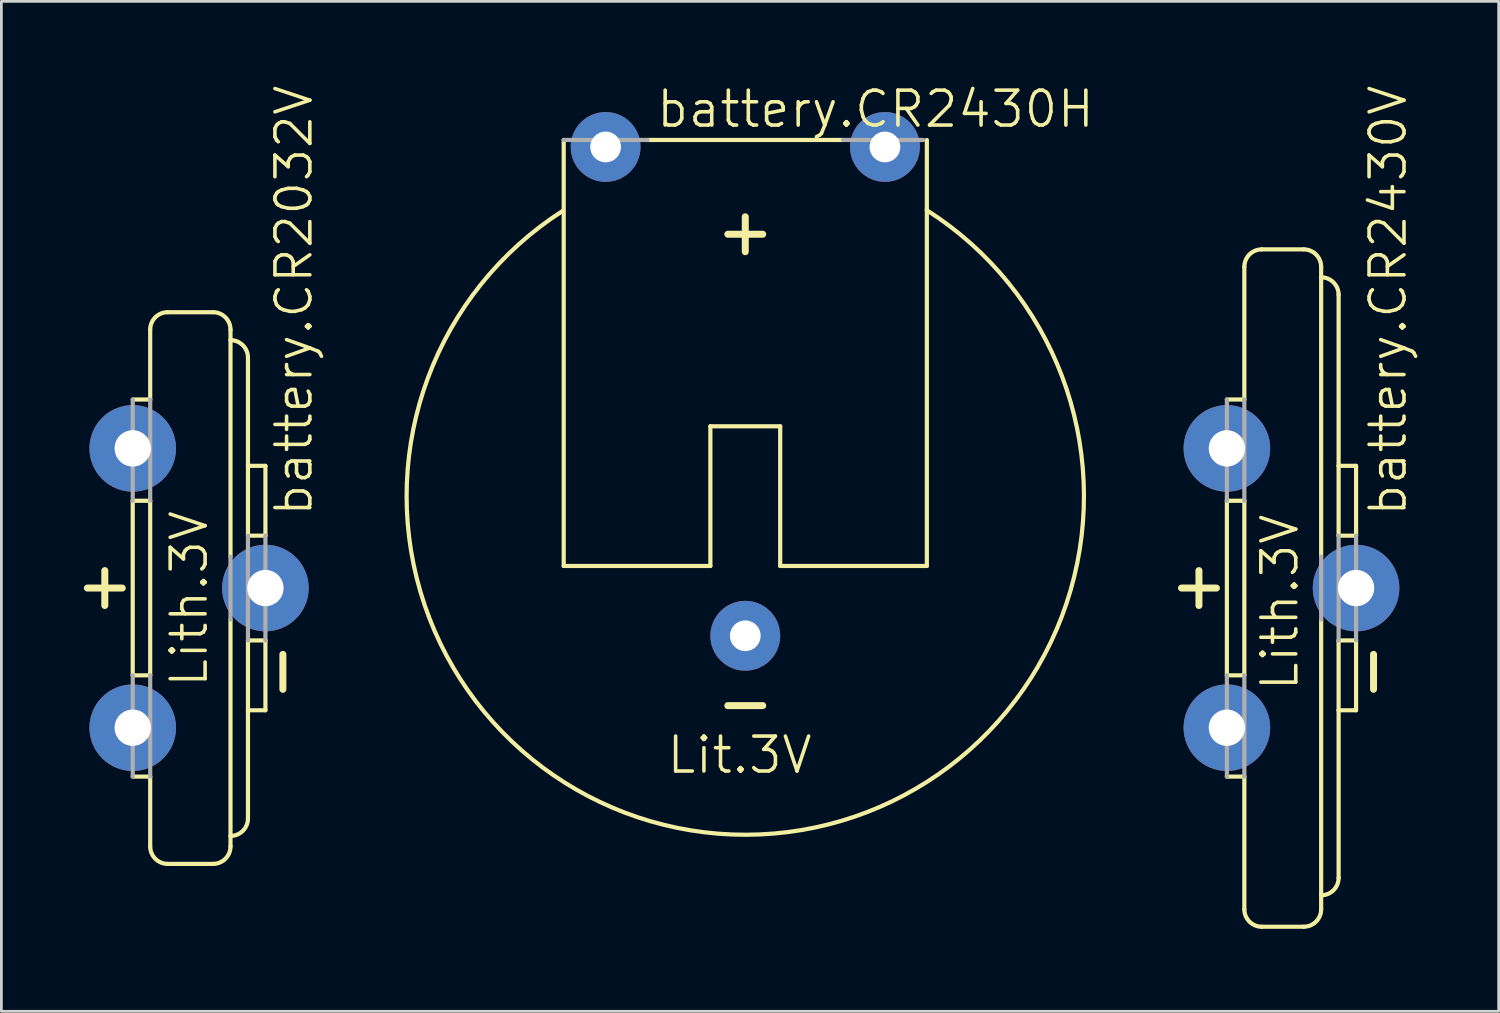
<source format=kicad_pcb>
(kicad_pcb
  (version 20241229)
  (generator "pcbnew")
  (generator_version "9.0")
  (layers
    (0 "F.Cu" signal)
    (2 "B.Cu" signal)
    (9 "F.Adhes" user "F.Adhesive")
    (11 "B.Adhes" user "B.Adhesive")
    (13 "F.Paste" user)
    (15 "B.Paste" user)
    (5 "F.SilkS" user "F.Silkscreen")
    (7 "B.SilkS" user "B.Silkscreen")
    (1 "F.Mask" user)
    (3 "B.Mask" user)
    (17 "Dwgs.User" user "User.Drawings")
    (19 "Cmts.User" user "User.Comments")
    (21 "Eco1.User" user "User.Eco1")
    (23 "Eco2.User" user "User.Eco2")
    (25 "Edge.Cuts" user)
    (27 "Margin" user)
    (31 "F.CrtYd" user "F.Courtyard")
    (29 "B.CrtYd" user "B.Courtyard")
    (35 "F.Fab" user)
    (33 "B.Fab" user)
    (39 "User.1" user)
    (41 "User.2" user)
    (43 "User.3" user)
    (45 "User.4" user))
  (footprint "battery.CR2430V"
    (layer "F.Cu")
    (at 44.115 18.339)
    (property "Reference" "battery.CR2430V" (at 4.064 -2.54 90) (layer "F.SilkS") (effects (font (size 1.27 1.27) (thickness 0.13)) (justify left bottom)))
    (attr through_hole)
    (fp_line (start -4.191 0) (end -2.921 0) (stroke (width 0.254) (type default)) (layer "F.SilkS"))
    (fp_line (start -3.556 -0.635) (end -3.556 0.635) (stroke (width 0.254) (type default)) (layer "F.SilkS"))
    (fp_line (start -2.54 3.175) (end -2.54 -3.175) (stroke (width 0.152) (type default)) (layer "F.SilkS"))
    (fp_line (start -1.905 -6.858) (end -2.54 -6.858) (stroke (width 0.152) (type default)) (layer "F.SilkS"))
    (fp_line (start -1.905 -6.858) (end -1.905 -11.684) (stroke (width 0.152) (type default)) (layer "F.SilkS"))
    (fp_line (start -1.905 -3.175) (end -2.54 -3.175) (stroke (width 0.152) (type default)) (layer "F.SilkS"))
    (fp_line (start -1.905 3.175) (end -2.54 3.175) (stroke (width 0.152) (type default)) (layer "F.SilkS"))
    (fp_line (start -1.905 3.175) (end -1.905 -3.175) (stroke (width 0.152) (type default)) (layer "F.SilkS"))
    (fp_line (start -1.905 6.858) (end -2.54 6.858) (stroke (width 0.152) (type default)) (layer "F.SilkS"))
    (fp_line (start -1.905 11.684) (end -1.905 6.858) (stroke (width 0.152) (type default)) (layer "F.SilkS"))
    (fp_line (start -1.27 -12.319) (end 0.254 -12.319) (stroke (width 0.152) (type default)) (layer "F.SilkS"))
    (fp_line (start -1.27 12.319) (end 0.254 12.319) (stroke (width 0.152) (type default)) (layer "F.SilkS"))
    (fp_line (start 0.889 -1.143) (end 0.889 -11.684) (stroke (width 0.152) (type default)) (layer "F.SilkS"))
    (fp_line (start 0.889 11.684) (end 0.889 1.143) (stroke (width 0.152) (type default)) (layer "F.SilkS"))
    (fp_line (start 1.524 -4.445) (end 1.524 -10.668) (stroke (width 0.152) (type default)) (layer "F.SilkS"))
    (fp_line (start 1.524 -1.905) (end 1.524 -4.445) (stroke (width 0.152) (type default)) (layer "F.SilkS"))
    (fp_line (start 1.524 1.905) (end 1.524 4.445) (stroke (width 0.152) (type default)) (layer "F.SilkS"))
    (fp_line (start 1.524 4.445) (end 1.524 10.541) (stroke (width 0.152) (type default)) (layer "F.SilkS"))
    (fp_line (start 2.159 -4.445) (end 1.524 -4.445) (stroke (width 0.152) (type default)) (layer "F.SilkS"))
    (fp_line (start 2.159 -1.905) (end 1.524 -1.905) (stroke (width 0.152) (type default)) (layer "F.SilkS"))
    (fp_line (start 2.159 -1.905) (end 2.159 -4.445) (stroke (width 0.152) (type default)) (layer "F.SilkS"))
    (fp_line (start 2.159 1.905) (end 1.524 1.905) (stroke (width 0.152) (type default)) (layer "F.SilkS"))
    (fp_line (start 2.159 1.905) (end 2.159 4.445) (stroke (width 0.152) (type default)) (layer "F.SilkS"))
    (fp_line (start 2.159 4.445) (end 1.524 4.445) (stroke (width 0.152) (type default)) (layer "F.SilkS"))
    (fp_line (start 2.794 2.413) (end 2.794 3.683) (stroke (width 0.254) (type default)) (layer "F.SilkS"))
    (fp_arc (start -1.905 -11.684) (mid -1.719013 -12.133013) (end -1.27 -12.319) (stroke (width 0.1524) (type default)) (layer "F.SilkS"))
    (fp_arc (start -1.27 12.319) (mid -1.719013 12.133013) (end -1.905 11.684) (stroke (width 0.1524) (type default)) (layer "F.SilkS"))
    (fp_arc (start 0.254 -12.319) (mid 0.703013 -12.133013) (end 0.889 -11.684) (stroke (width 0.1524) (type default)) (layer "F.SilkS"))
    (fp_arc (start 0.889 -11.303) (mid 1.338013 -11.117013) (end 1.524 -10.668) (stroke (width 0.1524) (type default)) (layer "F.SilkS"))
    (fp_arc (start 0.889 11.684) (mid 0.703013 12.133013) (end 0.254 12.319) (stroke (width 0.1524) (type default)) (layer "F.SilkS"))
    (fp_arc (start 1.524 10.541) (mid 1.338013 10.990013) (end 0.889 11.176) (stroke (width 0.1524) (type default)) (layer "F.SilkS"))
    (fp_line (start -2.54 -3.175) (end -2.54 -6.858) (stroke (width 0.152) (type default)) (layer "F.Fab"))
    (fp_line (start -2.54 6.858) (end -2.54 3.175) (stroke (width 0.152) (type default)) (layer "F.Fab"))
    (fp_line (start -1.905 -3.175) (end -1.905 -6.858) (stroke (width 0.152) (type default)) (layer "F.Fab"))
    (fp_line (start -1.905 6.858) (end -1.905 3.175) (stroke (width 0.152) (type default)) (layer "F.Fab"))
    (fp_line (start 0.889 -1.143) (end 0.889 1.143) (stroke (width 0.152) (type default)) (layer "F.Fab"))
    (fp_line (start 1.524 1.905) (end 1.524 -1.905) (stroke (width 0.152) (type default)) (layer "F.Fab"))
    (fp_line (start 2.159 1.905) (end 2.159 -1.905) (stroke (width 0.152) (type default)) (layer "F.Fab"))
    (fp_text user "Lith.3V" (at 0.127 3.81 90) (layer "F.SilkS") (effects (font (size 1.27 1.27) (thickness 0.13)) (justify left bottom)))
    (pad "+" thru_hole circle (at -2.54 5.08) (size 3.15 3.15) (drill 1.321) (layers "*.Cu" "*.Mask"))
    (pad "+@1" thru_hole circle (at -2.54 -5.08) (size 3.15 3.15) (drill 1.321) (layers "*.Cu" "*.Mask"))
    (pad "-" thru_hole circle (at 2.159 0) (size 3.15 3.15) (drill 1.321) (layers "*.Cu" "*.Mask")))
  (footprint "battery.CR2032V"
    (layer "F.Cu")
    (at 4.318 18.339)
    (property "Reference" "battery.CR2032V" (at 4.064 -2.54 90) (layer "F.SilkS") (effects (font (size 1.27 1.27) (thickness 0.13)) (justify left bottom)))
    (attr through_hole)
    (fp_line (start -4.191 0) (end -2.921 0) (stroke (width 0.254) (type default)) (layer "F.SilkS"))
    (fp_line (start -3.556 -0.635) (end -3.556 0.635) (stroke (width 0.254) (type default)) (layer "F.SilkS"))
    (fp_line (start -2.54 3.175) (end -2.54 -3.175) (stroke (width 0.152) (type default)) (layer "F.SilkS"))
    (fp_line (start -1.905 -6.858) (end -2.54 -6.858) (stroke (width 0.152) (type default)) (layer "F.SilkS"))
    (fp_line (start -1.905 -6.858) (end -1.905 -9.398) (stroke (width 0.152) (type default)) (layer "F.SilkS"))
    (fp_line (start -1.905 -3.175) (end -2.54 -3.175) (stroke (width 0.152) (type default)) (layer "F.SilkS"))
    (fp_line (start -1.905 3.175) (end -2.54 3.175) (stroke (width 0.152) (type default)) (layer "F.SilkS"))
    (fp_line (start -1.905 3.175) (end -1.905 -3.175) (stroke (width 0.152) (type default)) (layer "F.SilkS"))
    (fp_line (start -1.905 6.858) (end -2.54 6.858) (stroke (width 0.152) (type default)) (layer "F.SilkS"))
    (fp_line (start -1.905 9.398) (end -1.905 6.858) (stroke (width 0.152) (type default)) (layer "F.SilkS"))
    (fp_line (start -1.27 -10.033) (end 0.381 -10.033) (stroke (width 0.152) (type default)) (layer "F.SilkS"))
    (fp_line (start -1.27 10.033) (end 0.381 10.033) (stroke (width 0.152) (type default)) (layer "F.SilkS"))
    (fp_line (start 1.016 -1.143) (end 1.016 -9.398) (stroke (width 0.152) (type default)) (layer "F.SilkS"))
    (fp_line (start 1.016 9.398) (end 1.016 1.143) (stroke (width 0.152) (type default)) (layer "F.SilkS"))
    (fp_line (start 1.651 -4.445) (end 1.651 -8.382) (stroke (width 0.152) (type default)) (layer "F.SilkS"))
    (fp_line (start 1.651 -1.905) (end 1.651 -4.445) (stroke (width 0.152) (type default)) (layer "F.SilkS"))
    (fp_line (start 1.651 1.905) (end 1.651 4.445) (stroke (width 0.152) (type default)) (layer "F.SilkS"))
    (fp_line (start 1.651 4.445) (end 1.651 8.382) (stroke (width 0.152) (type default)) (layer "F.SilkS"))
    (fp_line (start 2.286 -4.445) (end 1.651 -4.445) (stroke (width 0.152) (type default)) (layer "F.SilkS"))
    (fp_line (start 2.286 -1.905) (end 1.651 -1.905) (stroke (width 0.152) (type default)) (layer "F.SilkS"))
    (fp_line (start 2.286 -1.905) (end 2.286 -4.445) (stroke (width 0.152) (type default)) (layer "F.SilkS"))
    (fp_line (start 2.286 1.905) (end 1.651 1.905) (stroke (width 0.152) (type default)) (layer "F.SilkS"))
    (fp_line (start 2.286 1.905) (end 2.286 4.445) (stroke (width 0.152) (type default)) (layer "F.SilkS"))
    (fp_line (start 2.286 4.445) (end 1.651 4.445) (stroke (width 0.152) (type default)) (layer "F.SilkS"))
    (fp_line (start 2.921 2.413) (end 2.921 3.683) (stroke (width 0.254) (type default)) (layer "F.SilkS"))
    (fp_arc (start -1.905 -9.398) (mid -1.719013 -9.847013) (end -1.27 -10.033) (stroke (width 0.1524) (type default)) (layer "F.SilkS"))
    (fp_arc (start -1.27 10.033) (mid -1.719013 9.847013) (end -1.905 9.398) (stroke (width 0.1524) (type default)) (layer "F.SilkS"))
    (fp_arc (start 0.381 -10.033) (mid 0.830013 -9.847013) (end 1.016 -9.398) (stroke (width 0.1524) (type default)) (layer "F.SilkS"))
    (fp_arc (start 1.016 -9.017) (mid 1.465013 -8.831013) (end 1.651 -8.382) (stroke (width 0.1524) (type default)) (layer "F.SilkS"))
    (fp_arc (start 1.016 9.398) (mid 0.830013 9.847013) (end 0.381 10.033) (stroke (width 0.1524) (type default)) (layer "F.SilkS"))
    (fp_arc (start 1.651 8.382) (mid 1.465013 8.831013) (end 1.016 9.017) (stroke (width 0.1524) (type default)) (layer "F.SilkS"))
    (fp_line (start -2.54 -3.175) (end -2.54 -6.858) (stroke (width 0.152) (type default)) (layer "F.Fab"))
    (fp_line (start -2.54 6.858) (end -2.54 3.175) (stroke (width 0.152) (type default)) (layer "F.Fab"))
    (fp_line (start -1.905 -3.175) (end -1.905 -6.858) (stroke (width 0.152) (type default)) (layer "F.Fab"))
    (fp_line (start -1.905 6.858) (end -1.905 3.175) (stroke (width 0.152) (type default)) (layer "F.Fab"))
    (fp_line (start 1.016 -1.143) (end 1.016 1.143) (stroke (width 0.152) (type default)) (layer "F.Fab"))
    (fp_line (start 1.651 1.905) (end 1.651 -1.905) (stroke (width 0.152) (type default)) (layer "F.Fab"))
    (fp_line (start 2.286 1.905) (end 2.286 -1.905) (stroke (width 0.152) (type default)) (layer "F.Fab"))
    (fp_text user "Lith.3V" (at 0.254 3.683 90) (layer "F.SilkS") (effects (font (size 1.27 1.27) (thickness 0.13)) (justify left bottom)))
    (pad "+" thru_hole circle (at -2.54 5.08) (size 3.15 3.15) (drill 1.321) (layers "*.Cu" "*.Mask"))
    (pad "+@1" thru_hole circle (at -2.54 -5.08) (size 3.15 3.15) (drill 1.321) (layers "*.Cu" "*.Mask"))
    (pad "-" thru_hole circle (at 2.286 0) (size 3.15 3.15) (drill 1.321) (layers "*.Cu" "*.Mask")))
  (footprint "battery.CR2430H"
    (layer "F.Cu")
    (at 24.058 14.995)
    (property "Reference" "battery.CR2430H" (at -3.302 -13.335 0) (layer "F.SilkS") (effects (font (size 1.27 1.27) (thickness 0.13)) (justify left bottom)))
    (attr through_hole)
    (fp_line (start -6.604 -12.954) (end -6.604 2.54) (stroke (width 0.152) (type default)) (layer "F.SilkS"))
    (fp_line (start -6.604 2.54) (end -1.27 2.54) (stroke (width 0.152) (type default)) (layer "F.SilkS"))
    (fp_line (start -1.27 -2.54) (end -1.27 2.54) (stroke (width 0.152) (type default)) (layer "F.SilkS"))
    (fp_line (start -1.27 -2.54) (end 1.27 -2.54) (stroke (width 0.152) (type default)) (layer "F.SilkS"))
    (fp_line (start -0.635 -9.525) (end 0.635 -9.525) (stroke (width 0.254) (type default)) (layer "F.SilkS"))
    (fp_line (start -0.635 7.62) (end 0.635 7.62) (stroke (width 0.254) (type default)) (layer "F.SilkS"))
    (fp_line (start 0 -10.16) (end 0 -8.89) (stroke (width 0.254) (type default)) (layer "F.SilkS"))
    (fp_line (start 1.27 2.54) (end 1.27 -2.54) (stroke (width 0.152) (type default)) (layer "F.SilkS"))
    (fp_line (start 1.27 2.54) (end 6.604 2.54) (stroke (width 0.152) (type default)) (layer "F.SilkS"))
    (fp_line (start 3.556 -12.954) (end -3.556 -12.954) (stroke (width 0.152) (type default)) (layer "F.SilkS"))
    (fp_line (start 6.604 2.54) (end 6.604 -12.954) (stroke (width 0.152) (type default)) (layer "F.SilkS"))
    (fp_arc (start 6.6 -10.4) (mid 0.026974 12.317436) (end -6.64549 -10.370991) (stroke (width 0.1524) (type default)) (layer "F.SilkS"))
    (fp_line (start -3.556 -12.954) (end -6.604 -12.954) (stroke (width 0.152) (type default)) (layer "F.Fab"))
    (fp_line (start 6.477 -12.954) (end 3.556 -12.954) (stroke (width 0.152) (type default)) (layer "F.Fab"))
    (fp_text user "Lit.3V" (at -2.921 10.16 0) (layer "F.SilkS") (effects (font (size 1.27 1.27) (thickness 0.13)) (justify left bottom)))
    (pad "+" thru_hole circle (at 5.08 -12.7) (size 2.54 2.54) (drill 1.118) (layers "*.Cu" "*.Mask"))
    (pad "+@1" thru_hole circle (at -5.08 -12.7) (size 2.54 2.54) (drill 1.118) (layers "*.Cu" "*.Mask"))
    (pad "-" thru_hole circle (at 0 5.08) (size 2.54 2.54) (drill 1.118) (layers "*.Cu" "*.Mask")))
  (gr_rect
    (start -3 -3)
    (end 51.461 33.735)
    (stroke (width 0.1) (type default))
    (fill no)
    (layer "Edge.Cuts")))
</source>
